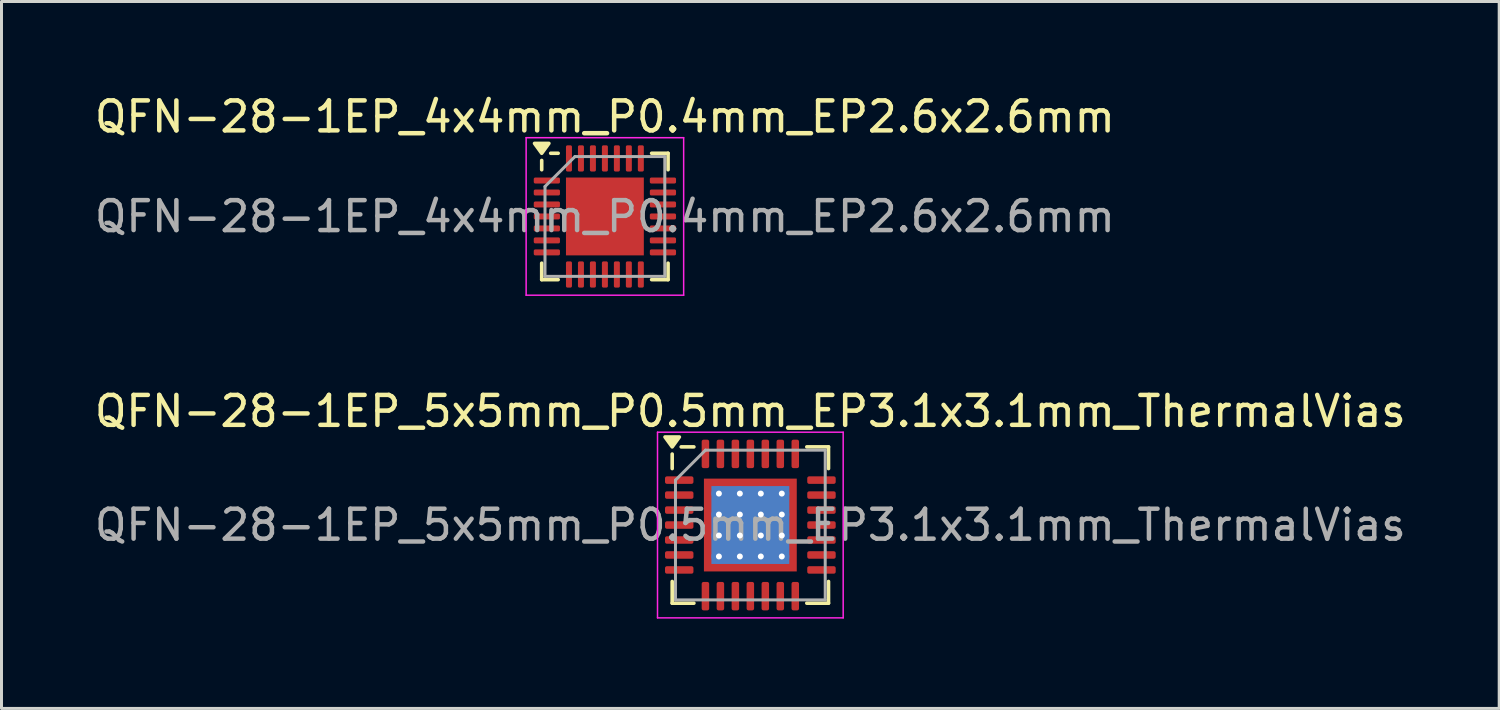
<source format=kicad_pcb>
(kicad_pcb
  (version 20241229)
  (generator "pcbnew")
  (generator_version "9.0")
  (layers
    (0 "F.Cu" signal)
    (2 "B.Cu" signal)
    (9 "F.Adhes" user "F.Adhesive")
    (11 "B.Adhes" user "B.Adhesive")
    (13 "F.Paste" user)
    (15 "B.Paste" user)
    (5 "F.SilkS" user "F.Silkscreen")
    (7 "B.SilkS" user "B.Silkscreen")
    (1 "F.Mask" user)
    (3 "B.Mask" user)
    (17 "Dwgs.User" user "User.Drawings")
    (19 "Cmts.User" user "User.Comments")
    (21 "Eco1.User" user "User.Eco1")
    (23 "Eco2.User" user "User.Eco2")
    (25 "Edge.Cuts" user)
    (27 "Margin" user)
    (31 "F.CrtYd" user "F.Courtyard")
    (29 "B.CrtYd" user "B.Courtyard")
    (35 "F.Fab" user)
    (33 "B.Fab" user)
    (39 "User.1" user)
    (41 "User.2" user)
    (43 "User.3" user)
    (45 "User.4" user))
  (footprint "QFN-28-1EP_4x4mm_P0.4mm_EP2.6x2.6mm"
    (layer "F.Cu")
    (at 17.149 4.178)
    (property "Reference" "QFN-28-1EP_4x4mm_P0.4mm_EP2.6x2.6mm" (at 0 -3.33 0) (layer "F.SilkS") (effects (font (size 1 1) (thickness 0.15))))
    (attr smd)
    (fp_line (start -2.11 -1.56) (end -2.11 -1.87) (stroke (width 0.12) (type solid)) (layer "F.SilkS"))
    (fp_line (start -2.11 2.11) (end -2.11 1.56) (stroke (width 0.12) (type solid)) (layer "F.SilkS"))
    (fp_line (start -1.56 -2.11) (end -1.81 -2.11) (stroke (width 0.12) (type solid)) (layer "F.SilkS"))
    (fp_line (start -1.56 2.11) (end -2.11 2.11) (stroke (width 0.12) (type solid)) (layer "F.SilkS"))
    (fp_line (start 1.56 -2.11) (end 2.11 -2.11) (stroke (width 0.12) (type solid)) (layer "F.SilkS"))
    (fp_line (start 1.56 2.11) (end 2.11 2.11) (stroke (width 0.12) (type solid)) (layer "F.SilkS"))
    (fp_line (start 2.11 -2.11) (end 2.11 -1.56) (stroke (width 0.12) (type solid)) (layer "F.SilkS"))
    (fp_line (start 2.11 2.11) (end 2.11 1.56) (stroke (width 0.12) (type solid)) (layer "F.SilkS"))
    (fp_poly (pts (xy -2.11 -2.11) (xy -2.35 -2.44) (xy -1.87 -2.44) (xy -2.11 -2.11)) (stroke (width 0.12) (type solid)) (fill yes) (layer "F.SilkS"))
    (fp_line (start -2.63 -2.63) (end -2.63 2.63) (stroke (width 0.05) (type solid)) (layer "F.CrtYd"))
    (fp_line (start -2.63 2.63) (end 2.63 2.63) (stroke (width 0.05) (type solid)) (layer "F.CrtYd"))
    (fp_line (start 2.63 -2.63) (end -2.63 -2.63) (stroke (width 0.05) (type solid)) (layer "F.CrtYd"))
    (fp_line (start 2.63 2.63) (end 2.63 -2.63) (stroke (width 0.05) (type solid)) (layer "F.CrtYd"))
    (fp_line (start -2 -1) (end -1 -2) (stroke (width 0.1) (type solid)) (layer "F.Fab"))
    (fp_line (start -2 2) (end -2 -1) (stroke (width 0.1) (type solid)) (layer "F.Fab"))
    (fp_line (start -1 -2) (end 2 -2) (stroke (width 0.1) (type solid)) (layer "F.Fab"))
    (fp_line (start 2 -2) (end 2 2) (stroke (width 0.1) (type solid)) (layer "F.Fab"))
    (fp_line (start 2 2) (end -2 2) (stroke (width 0.1) (type solid)) (layer "F.Fab"))
    (fp_text user "${REFERENCE}" (at 0 0 0) (layer "F.Fab") (effects (font (size 1 1) (thickness 0.15))))
    (pad "" smd roundrect (at -0.65 -0.65) (size 1.05 1.05) (layers "F.Paste") (roundrect_rratio 0.238))
    (pad "" smd roundrect (at -0.65 0.65) (size 1.05 1.05) (layers "F.Paste") (roundrect_rratio 0.238))
    (pad "" smd roundrect (at 0.65 -0.65) (size 1.05 1.05) (layers "F.Paste") (roundrect_rratio 0.238))
    (pad "" smd roundrect (at 0.65 0.65) (size 1.05 1.05) (layers "F.Paste") (roundrect_rratio 0.238))
    (pad "1" smd roundrect (at -1.938 -1.2) (size 0.875 0.2) (layers "F.Cu" "F.Mask" "F.Paste") (roundrect_rratio 0.25))
    (pad "2" smd roundrect (at -1.938 -0.8) (size 0.875 0.2) (layers "F.Cu" "F.Mask" "F.Paste") (roundrect_rratio 0.25))
    (pad "3" smd roundrect (at -1.938 -0.4) (size 0.875 0.2) (layers "F.Cu" "F.Mask" "F.Paste") (roundrect_rratio 0.25))
    (pad "4" smd roundrect (at -1.938 0) (size 0.875 0.2) (layers "F.Cu" "F.Mask" "F.Paste") (roundrect_rratio 0.25))
    (pad "5" smd roundrect (at -1.938 0.4) (size 0.875 0.2) (layers "F.Cu" "F.Mask" "F.Paste") (roundrect_rratio 0.25))
    (pad "6" smd roundrect (at -1.938 0.8) (size 0.875 0.2) (layers "F.Cu" "F.Mask" "F.Paste") (roundrect_rratio 0.25))
    (pad "7" smd roundrect (at -1.938 1.2) (size 0.875 0.2) (layers "F.Cu" "F.Mask" "F.Paste") (roundrect_rratio 0.25))
    (pad "8" smd roundrect (at -1.2 1.938) (size 0.2 0.875) (layers "F.Cu" "F.Mask" "F.Paste") (roundrect_rratio 0.25))
    (pad "9" smd roundrect (at -0.8 1.938) (size 0.2 0.875) (layers "F.Cu" "F.Mask" "F.Paste") (roundrect_rratio 0.25))
    (pad "10" smd roundrect (at -0.4 1.938) (size 0.2 0.875) (layers "F.Cu" "F.Mask" "F.Paste") (roundrect_rratio 0.25))
    (pad "11" smd roundrect (at 0 1.938) (size 0.2 0.875) (layers "F.Cu" "F.Mask" "F.Paste") (roundrect_rratio 0.25))
    (pad "12" smd roundrect (at 0.4 1.938) (size 0.2 0.875) (layers "F.Cu" "F.Mask" "F.Paste") (roundrect_rratio 0.25))
    (pad "13" smd roundrect (at 0.8 1.938) (size 0.2 0.875) (layers "F.Cu" "F.Mask" "F.Paste") (roundrect_rratio 0.25))
    (pad "14" smd roundrect (at 1.2 1.938) (size 0.2 0.875) (layers "F.Cu" "F.Mask" "F.Paste") (roundrect_rratio 0.25))
    (pad "15" smd roundrect (at 1.938 1.2) (size 0.875 0.2) (layers "F.Cu" "F.Mask" "F.Paste") (roundrect_rratio 0.25))
    (pad "16" smd roundrect (at 1.938 0.8) (size 0.875 0.2) (layers "F.Cu" "F.Mask" "F.Paste") (roundrect_rratio 0.25))
    (pad "17" smd roundrect (at 1.938 0.4) (size 0.875 0.2) (layers "F.Cu" "F.Mask" "F.Paste") (roundrect_rratio 0.25))
    (pad "18" smd roundrect (at 1.938 0) (size 0.875 0.2) (layers "F.Cu" "F.Mask" "F.Paste") (roundrect_rratio 0.25))
    (pad "19" smd roundrect (at 1.938 -0.4) (size 0.875 0.2) (layers "F.Cu" "F.Mask" "F.Paste") (roundrect_rratio 0.25))
    (pad "20" smd roundrect (at 1.938 -0.8) (size 0.875 0.2) (layers "F.Cu" "F.Mask" "F.Paste") (roundrect_rratio 0.25))
    (pad "21" smd roundrect (at 1.938 -1.2) (size 0.875 0.2) (layers "F.Cu" "F.Mask" "F.Paste") (roundrect_rratio 0.25))
    (pad "22" smd roundrect (at 1.2 -1.938) (size 0.2 0.875) (layers "F.Cu" "F.Mask" "F.Paste") (roundrect_rratio 0.25))
    (pad "23" smd roundrect (at 0.8 -1.938) (size 0.2 0.875) (layers "F.Cu" "F.Mask" "F.Paste") (roundrect_rratio 0.25))
    (pad "24" smd roundrect (at 0.4 -1.938) (size 0.2 0.875) (layers "F.Cu" "F.Mask" "F.Paste") (roundrect_rratio 0.25))
    (pad "25" smd roundrect (at 0 -1.938) (size 0.2 0.875) (layers "F.Cu" "F.Mask" "F.Paste") (roundrect_rratio 0.25))
    (pad "26" smd roundrect (at -0.4 -1.938) (size 0.2 0.875) (layers "F.Cu" "F.Mask" "F.Paste") (roundrect_rratio 0.25))
    (pad "27" smd roundrect (at -0.8 -1.938) (size 0.2 0.875) (layers "F.Cu" "F.Mask" "F.Paste") (roundrect_rratio 0.25))
    (pad "28" smd roundrect (at -1.2 -1.938) (size 0.2 0.875) (layers "F.Cu" "F.Mask" "F.Paste") (roundrect_rratio 0.25))
    (pad "29" smd rect (at 0 0) (size 2.6 2.6) (property pad_prop_heatsink) (layers "F.Cu" "F.Mask")))
  (footprint "QFN-28-1EP_5x5mm_P0.5mm_EP3.1x3.1mm_ThermalVias"
    (layer "F.Cu")
    (at 22.006 14.482)
    (property "Reference" "QFN-28-1EP_5x5mm_P0.5mm_EP3.1x3.1mm_ThermalVias" (at 0 -3.8 0) (layer "F.SilkS") (effects (font (size 1 1) (thickness 0.15))))
    (attr smd)
    (fp_line (start -2.61 -1.885) (end -2.61 -2.37) (stroke (width 0.12) (type solid)) (layer "F.SilkS"))
    (fp_line (start -2.61 2.61) (end -2.61 1.885) (stroke (width 0.12) (type solid)) (layer "F.SilkS"))
    (fp_line (start -1.885 -2.61) (end -2.31 -2.61) (stroke (width 0.12) (type solid)) (layer "F.SilkS"))
    (fp_line (start -1.885 2.61) (end -2.61 2.61) (stroke (width 0.12) (type solid)) (layer "F.SilkS"))
    (fp_line (start 1.885 -2.61) (end 2.61 -2.61) (stroke (width 0.12) (type solid)) (layer "F.SilkS"))
    (fp_line (start 1.885 2.61) (end 2.61 2.61) (stroke (width 0.12) (type solid)) (layer "F.SilkS"))
    (fp_line (start 2.61 -2.61) (end 2.61 -1.885) (stroke (width 0.12) (type solid)) (layer "F.SilkS"))
    (fp_line (start 2.61 2.61) (end 2.61 1.885) (stroke (width 0.12) (type solid)) (layer "F.SilkS"))
    (fp_poly (pts (xy -2.61 -2.61) (xy -2.85 -2.94) (xy -2.37 -2.94) (xy -2.61 -2.61)) (stroke (width 0.12) (type solid)) (fill yes) (layer "F.SilkS"))
    (fp_line (start -3.1 -3.1) (end -3.1 3.1) (stroke (width 0.05) (type solid)) (layer "F.CrtYd"))
    (fp_line (start -3.1 3.1) (end 3.1 3.1) (stroke (width 0.05) (type solid)) (layer "F.CrtYd"))
    (fp_line (start 3.1 -3.1) (end -3.1 -3.1) (stroke (width 0.05) (type solid)) (layer "F.CrtYd"))
    (fp_line (start 3.1 3.1) (end 3.1 -3.1) (stroke (width 0.05) (type solid)) (layer "F.CrtYd"))
    (fp_line (start -2.5 -1.5) (end -1.5 -2.5) (stroke (width 0.1) (type solid)) (layer "F.Fab"))
    (fp_line (start -2.5 2.5) (end -2.5 -1.5) (stroke (width 0.1) (type solid)) (layer "F.Fab"))
    (fp_line (start -1.5 -2.5) (end 2.5 -2.5) (stroke (width 0.1) (type solid)) (layer "F.Fab"))
    (fp_line (start 2.5 -2.5) (end 2.5 2.5) (stroke (width 0.1) (type solid)) (layer "F.Fab"))
    (fp_line (start 2.5 2.5) (end -2.5 2.5) (stroke (width 0.1) (type solid)) (layer "F.Fab"))
    (fp_text user "${REFERENCE}" (at 0 0 0) (layer "F.Fab") (effects (font (size 1 1) (thickness 0.15))))
    (pad "" smd custom (at -1.3 -1.3) (size 0.272 0.272) (layers "F.Paste") (options (anchor circle)) (primitives (gr_poly (pts (xy -0.101 -0.101) (xy 0.101 -0.101) (xy 0.101 -0.026) (xy -0.026 0.101) (xy -0.101 0.101)) (width 0.202) (fill yes))))
    (pad "" smd custom (at -1.3 -0.7) (size 0.285 0.285) (layers "F.Paste") (options (anchor circle)) (primitives (gr_poly (pts (xy -0.101 -0.181) (xy -0.007 -0.181) (xy 0.101 -0.074) (xy 0.101 0.074) (xy -0.007 0.181) (xy -0.101 0.181)) (width 0.202) (fill yes))))
    (pad "" smd custom (at -1.3 0) (size 0.285 0.285) (layers "F.Paste") (options (anchor circle)) (primitives (gr_poly (pts (xy -0.101 -0.181) (xy -0.007 -0.181) (xy 0.101 -0.074) (xy 0.101 0.074) (xy -0.007 0.181) (xy -0.101 0.181)) (width 0.202) (fill yes))))
    (pad "" smd custom (at -1.3 0.7) (size 0.285 0.285) (layers "F.Paste") (options (anchor circle)) (primitives (gr_poly (pts (xy -0.101 -0.181) (xy -0.007 -0.181) (xy 0.101 -0.074) (xy 0.101 0.074) (xy -0.007 0.181) (xy -0.101 0.181)) (width 0.202) (fill yes))))
    (pad "" smd custom (at -1.3 1.3) (size 0.272 0.272) (layers "F.Paste") (options (anchor circle)) (primitives (gr_poly (pts (xy -0.101 -0.101) (xy -0.026 -0.101) (xy 0.101 0.026) (xy 0.101 0.101) (xy -0.101 0.101)) (width 0.202) (fill yes))))
    (pad "" smd custom (at -0.7 -1.3) (size 0.285 0.285) (layers "F.Paste") (options (anchor circle)) (primitives (gr_poly (pts (xy -0.181 -0.101) (xy 0.181 -0.101) (xy 0.181 -0.007) (xy 0.074 0.101) (xy -0.074 0.101) (xy -0.181 -0.007)) (width 0.202) (fill yes))))
    (pad "" smd custom (at -0.7 -0.7) (size 0.46 0.46) (layers "F.Paste") (options (anchor circle)) (primitives (gr_poly (pts (xy -0.178 -0.092) (xy -0.092 -0.178) (xy 0.092 -0.178) (xy 0.178 -0.092) (xy 0.178 0.092) (xy 0.092 0.178) (xy -0.092 0.178) (xy -0.178 0.092)) (width 0.208) (fill yes))))
    (pad "" smd custom (at -0.7 0) (size 0.46 0.46) (layers "F.Paste") (options (anchor circle)) (primitives (gr_poly (pts (xy -0.178 -0.092) (xy -0.092 -0.178) (xy 0.092 -0.178) (xy 0.178 -0.092) (xy 0.178 0.092) (xy 0.092 0.178) (xy -0.092 0.178) (xy -0.178 0.092)) (width 0.208) (fill yes))))
    (pad "" smd custom (at -0.7 0.7) (size 0.46 0.46) (layers "F.Paste") (options (anchor circle)) (primitives (gr_poly (pts (xy -0.178 -0.092) (xy -0.092 -0.178) (xy 0.092 -0.178) (xy 0.178 -0.092) (xy 0.178 0.092) (xy 0.092 0.178) (xy -0.092 0.178) (xy -0.178 0.092)) (width 0.208) (fill yes))))
    (pad "" smd custom (at -0.7 1.3) (size 0.285 0.285) (layers "F.Paste") (options (anchor circle)) (primitives (gr_poly (pts (xy -0.181 0.007) (xy -0.074 -0.101) (xy 0.074 -0.101) (xy 0.181 0.007) (xy 0.181 0.101) (xy -0.181 0.101)) (width 0.202) (fill yes))))
    (pad "" smd custom (at 0 -1.3) (size 0.285 0.285) (layers "F.Paste") (options (anchor circle)) (primitives (gr_poly (pts (xy -0.181 -0.101) (xy 0.181 -0.101) (xy 0.181 -0.007) (xy 0.074 0.101) (xy -0.074 0.101) (xy -0.181 -0.007)) (width 0.202) (fill yes))))
    (pad "" smd custom (at 0 -0.7) (size 0.46 0.46) (layers "F.Paste") (options (anchor circle)) (primitives (gr_poly (pts (xy -0.178 -0.092) (xy -0.092 -0.178) (xy 0.092 -0.178) (xy 0.178 -0.092) (xy 0.178 0.092) (xy 0.092 0.178) (xy -0.092 0.178) (xy -0.178 0.092)) (width 0.208) (fill yes))))
    (pad "" smd custom (at 0 0) (size 0.46 0.46) (layers "F.Paste") (options (anchor circle)) (primitives (gr_poly (pts (xy -0.178 -0.092) (xy -0.092 -0.178) (xy 0.092 -0.178) (xy 0.178 -0.092) (xy 0.178 0.092) (xy 0.092 0.178) (xy -0.092 0.178) (xy -0.178 0.092)) (width 0.208) (fill yes))))
    (pad "" smd custom (at 0 0.7) (size 0.46 0.46) (layers "F.Paste") (options (anchor circle)) (primitives (gr_poly (pts (xy -0.178 -0.092) (xy -0.092 -0.178) (xy 0.092 -0.178) (xy 0.178 -0.092) (xy 0.178 0.092) (xy 0.092 0.178) (xy -0.092 0.178) (xy -0.178 0.092)) (width 0.208) (fill yes))))
    (pad "" smd custom (at 0 1.3) (size 0.285 0.285) (layers "F.Paste") (options (anchor circle)) (primitives (gr_poly (pts (xy -0.181 0.007) (xy -0.074 -0.101) (xy 0.074 -0.101) (xy 0.181 0.007) (xy 0.181 0.101) (xy -0.181 0.101)) (width 0.202) (fill yes))))
    (pad "" smd custom (at 0.7 -1.3) (size 0.285 0.285) (layers "F.Paste") (options (anchor circle)) (primitives (gr_poly (pts (xy -0.181 -0.101) (xy 0.181 -0.101) (xy 0.181 -0.007) (xy 0.074 0.101) (xy -0.074 0.101) (xy -0.181 -0.007)) (width 0.202) (fill yes))))
    (pad "" smd custom (at 0.7 -0.7) (size 0.46 0.46) (layers "F.Paste") (options (anchor circle)) (primitives (gr_poly (pts (xy -0.178 -0.092) (xy -0.092 -0.178) (xy 0.092 -0.178) (xy 0.178 -0.092) (xy 0.178 0.092) (xy 0.092 0.178) (xy -0.092 0.178) (xy -0.178 0.092)) (width 0.208) (fill yes))))
    (pad "" smd custom (at 0.7 0) (size 0.46 0.46) (layers "F.Paste") (options (anchor circle)) (primitives (gr_poly (pts (xy -0.178 -0.092) (xy -0.092 -0.178) (xy 0.092 -0.178) (xy 0.178 -0.092) (xy 0.178 0.092) (xy 0.092 0.178) (xy -0.092 0.178) (xy -0.178 0.092)) (width 0.208) (fill yes))))
    (pad "" smd custom (at 0.7 0.7) (size 0.46 0.46) (layers "F.Paste") (options (anchor circle)) (primitives (gr_poly (pts (xy -0.178 -0.092) (xy -0.092 -0.178) (xy 0.092 -0.178) (xy 0.178 -0.092) (xy 0.178 0.092) (xy 0.092 0.178) (xy -0.092 0.178) (xy -0.178 0.092)) (width 0.208) (fill yes))))
    (pad "" smd custom (at 0.7 1.3) (size 0.285 0.285) (layers "F.Paste") (options (anchor circle)) (primitives (gr_poly (pts (xy -0.181 0.007) (xy -0.074 -0.101) (xy 0.074 -0.101) (xy 0.181 0.007) (xy 0.181 0.101) (xy -0.181 0.101)) (width 0.202) (fill yes))))
    (pad "" smd custom (at 1.3 -1.3) (size 0.272 0.272) (layers "F.Paste") (options (anchor circle)) (primitives (gr_poly (pts (xy -0.101 -0.101) (xy 0.101 -0.101) (xy 0.101 0.101) (xy 0.026 0.101) (xy -0.101 -0.026)) (width 0.202) (fill yes))))
    (pad "" smd custom (at 1.3 -0.7) (size 0.285 0.285) (layers "F.Paste") (options (anchor circle)) (primitives (gr_poly (pts (xy -0.101 -0.074) (xy 0.007 -0.181) (xy 0.101 -0.181) (xy 0.101 0.181) (xy 0.007 0.181) (xy -0.101 0.074)) (width 0.202) (fill yes))))
    (pad "" smd custom (at 1.3 0) (size 0.285 0.285) (layers "F.Paste") (options (anchor circle)) (primitives (gr_poly (pts (xy -0.101 -0.074) (xy 0.007 -0.181) (xy 0.101 -0.181) (xy 0.101 0.181) (xy 0.007 0.181) (xy -0.101 0.074)) (width 0.202) (fill yes))))
    (pad "" smd custom (at 1.3 0.7) (size 0.285 0.285) (layers "F.Paste") (options (anchor circle)) (primitives (gr_poly (pts (xy -0.101 -0.074) (xy 0.007 -0.181) (xy 0.101 -0.181) (xy 0.101 0.181) (xy 0.007 0.181) (xy -0.101 0.074)) (width 0.202) (fill yes))))
    (pad "" smd custom (at 1.3 1.3) (size 0.272 0.272) (layers "F.Paste") (options (anchor circle)) (primitives (gr_poly (pts (xy -0.101 0.026) (xy 0.026 -0.101) (xy 0.101 -0.101) (xy 0.101 0.101) (xy -0.101 0.101)) (width 0.202) (fill yes))))
    (pad "1" smd roundrect (at -2.375 -1.5) (size 0.95 0.25) (layers "F.Cu" "F.Mask" "F.Paste") (roundrect_rratio 0.25))
    (pad "2" smd roundrect (at -2.375 -1) (size 0.95 0.25) (layers "F.Cu" "F.Mask" "F.Paste") (roundrect_rratio 0.25))
    (pad "3" smd roundrect (at -2.375 -0.5) (size 0.95 0.25) (layers "F.Cu" "F.Mask" "F.Paste") (roundrect_rratio 0.25))
    (pad "4" smd roundrect (at -2.375 0) (size 0.95 0.25) (layers "F.Cu" "F.Mask" "F.Paste") (roundrect_rratio 0.25))
    (pad "5" smd roundrect (at -2.375 0.5) (size 0.95 0.25) (layers "F.Cu" "F.Mask" "F.Paste") (roundrect_rratio 0.25))
    (pad "6" smd roundrect (at -2.375 1) (size 0.95 0.25) (layers "F.Cu" "F.Mask" "F.Paste") (roundrect_rratio 0.25))
    (pad "7" smd roundrect (at -2.375 1.5) (size 0.95 0.25) (layers "F.Cu" "F.Mask" "F.Paste") (roundrect_rratio 0.25))
    (pad "8" smd roundrect (at -1.5 2.375) (size 0.25 0.95) (layers "F.Cu" "F.Mask" "F.Paste") (roundrect_rratio 0.25))
    (pad "9" smd roundrect (at -1 2.375) (size 0.25 0.95) (layers "F.Cu" "F.Mask" "F.Paste") (roundrect_rratio 0.25))
    (pad "10" smd roundrect (at -0.5 2.375) (size 0.25 0.95) (layers "F.Cu" "F.Mask" "F.Paste") (roundrect_rratio 0.25))
    (pad "11" smd roundrect (at 0 2.375) (size 0.25 0.95) (layers "F.Cu" "F.Mask" "F.Paste") (roundrect_rratio 0.25))
    (pad "12" smd roundrect (at 0.5 2.375) (size 0.25 0.95) (layers "F.Cu" "F.Mask" "F.Paste") (roundrect_rratio 0.25))
    (pad "13" smd roundrect (at 1 2.375) (size 0.25 0.95) (layers "F.Cu" "F.Mask" "F.Paste") (roundrect_rratio 0.25))
    (pad "14" smd roundrect (at 1.5 2.375) (size 0.25 0.95) (layers "F.Cu" "F.Mask" "F.Paste") (roundrect_rratio 0.25))
    (pad "15" smd roundrect (at 2.375 1.5) (size 0.95 0.25) (layers "F.Cu" "F.Mask" "F.Paste") (roundrect_rratio 0.25))
    (pad "16" smd roundrect (at 2.375 1) (size 0.95 0.25) (layers "F.Cu" "F.Mask" "F.Paste") (roundrect_rratio 0.25))
    (pad "17" smd roundrect (at 2.375 0.5) (size 0.95 0.25) (layers "F.Cu" "F.Mask" "F.Paste") (roundrect_rratio 0.25))
    (pad "18" smd roundrect (at 2.375 0) (size 0.95 0.25) (layers "F.Cu" "F.Mask" "F.Paste") (roundrect_rratio 0.25))
    (pad "19" smd roundrect (at 2.375 -0.5) (size 0.95 0.25) (layers "F.Cu" "F.Mask" "F.Paste") (roundrect_rratio 0.25))
    (pad "20" smd roundrect (at 2.375 -1) (size 0.95 0.25) (layers "F.Cu" "F.Mask" "F.Paste") (roundrect_rratio 0.25))
    (pad "21" smd roundrect (at 2.375 -1.5) (size 0.95 0.25) (layers "F.Cu" "F.Mask" "F.Paste") (roundrect_rratio 0.25))
    (pad "22" smd roundrect (at 1.5 -2.375) (size 0.25 0.95) (layers "F.Cu" "F.Mask" "F.Paste") (roundrect_rratio 0.25))
    (pad "23" smd roundrect (at 1 -2.375) (size 0.25 0.95) (layers "F.Cu" "F.Mask" "F.Paste") (roundrect_rratio 0.25))
    (pad "24" smd roundrect (at 0.5 -2.375) (size 0.25 0.95) (layers "F.Cu" "F.Mask" "F.Paste") (roundrect_rratio 0.25))
    (pad "25" smd roundrect (at 0 -2.375) (size 0.25 0.95) (layers "F.Cu" "F.Mask" "F.Paste") (roundrect_rratio 0.25))
    (pad "26" smd roundrect (at -0.5 -2.375) (size 0.25 0.95) (layers "F.Cu" "F.Mask" "F.Paste") (roundrect_rratio 0.25))
    (pad "27" smd roundrect (at -1 -2.375) (size 0.25 0.95) (layers "F.Cu" "F.Mask" "F.Paste") (roundrect_rratio 0.25))
    (pad "28" smd roundrect (at -1.5 -2.375) (size 0.25 0.95) (layers "F.Cu" "F.Mask" "F.Paste") (roundrect_rratio 0.25))
    (pad "29" thru_hole circle (at -1.05 -1.05) (size 0.5 0.5) (drill 0.2) (property pad_prop_heatsink) (layers "*.Cu"))
    (pad "29" thru_hole circle (at -1.05 -0.35) (size 0.5 0.5) (drill 0.2) (property pad_prop_heatsink) (layers "*.Cu"))
    (pad "29" thru_hole circle (at -1.05 0.35) (size 0.5 0.5) (drill 0.2) (property pad_prop_heatsink) (layers "*.Cu"))
    (pad "29" thru_hole circle (at -1.05 1.05) (size 0.5 0.5) (drill 0.2) (property pad_prop_heatsink) (layers "*.Cu"))
    (pad "29" thru_hole circle (at -0.35 -1.05) (size 0.5 0.5) (drill 0.2) (property pad_prop_heatsink) (layers "*.Cu"))
    (pad "29" thru_hole circle (at -0.35 -0.35) (size 0.5 0.5) (drill 0.2) (property pad_prop_heatsink) (layers "*.Cu"))
    (pad "29" thru_hole circle (at -0.35 0.35) (size 0.5 0.5) (drill 0.2) (property pad_prop_heatsink) (layers "*.Cu"))
    (pad "29" thru_hole circle (at -0.35 1.05) (size 0.5 0.5) (drill 0.2) (property pad_prop_heatsink) (layers "*.Cu"))
    (pad "29" smd rect (at 0 0) (size 2.6 2.6) (property pad_prop_heatsink) (layers "B.Cu"))
    (pad "29" smd rect (at 0 0) (size 3.1 3.1) (property pad_prop_heatsink) (layers "F.Cu" "F.Mask"))
    (pad "29" thru_hole circle (at 0.35 -1.05) (size 0.5 0.5) (drill 0.2) (property pad_prop_heatsink) (layers "*.Cu"))
    (pad "29" thru_hole circle (at 0.35 -0.35) (size 0.5 0.5) (drill 0.2) (property pad_prop_heatsink) (layers "*.Cu"))
    (pad "29" thru_hole circle (at 0.35 0.35) (size 0.5 0.5) (drill 0.2) (property pad_prop_heatsink) (layers "*.Cu"))
    (pad "29" thru_hole circle (at 0.35 1.05) (size 0.5 0.5) (drill 0.2) (property pad_prop_heatsink) (layers "*.Cu"))
    (pad "29" thru_hole circle (at 1.05 -1.05) (size 0.5 0.5) (drill 0.2) (property pad_prop_heatsink) (layers "*.Cu"))
    (pad "29" thru_hole circle (at 1.05 -0.35) (size 0.5 0.5) (drill 0.2) (property pad_prop_heatsink) (layers "*.Cu"))
    (pad "29" thru_hole circle (at 1.05 0.35) (size 0.5 0.5) (drill 0.2) (property pad_prop_heatsink) (layers "*.Cu"))
    (pad "29" thru_hole circle (at 1.05 1.05) (size 0.5 0.5) (drill 0.2) (property pad_prop_heatsink) (layers "*.Cu")))
  (gr_rect
    (start -3 -3)
    (end 47.012 20.607)
    (stroke (width 0.1) (type default))
    (fill no)
    (layer "Edge.Cuts")))
</source>
